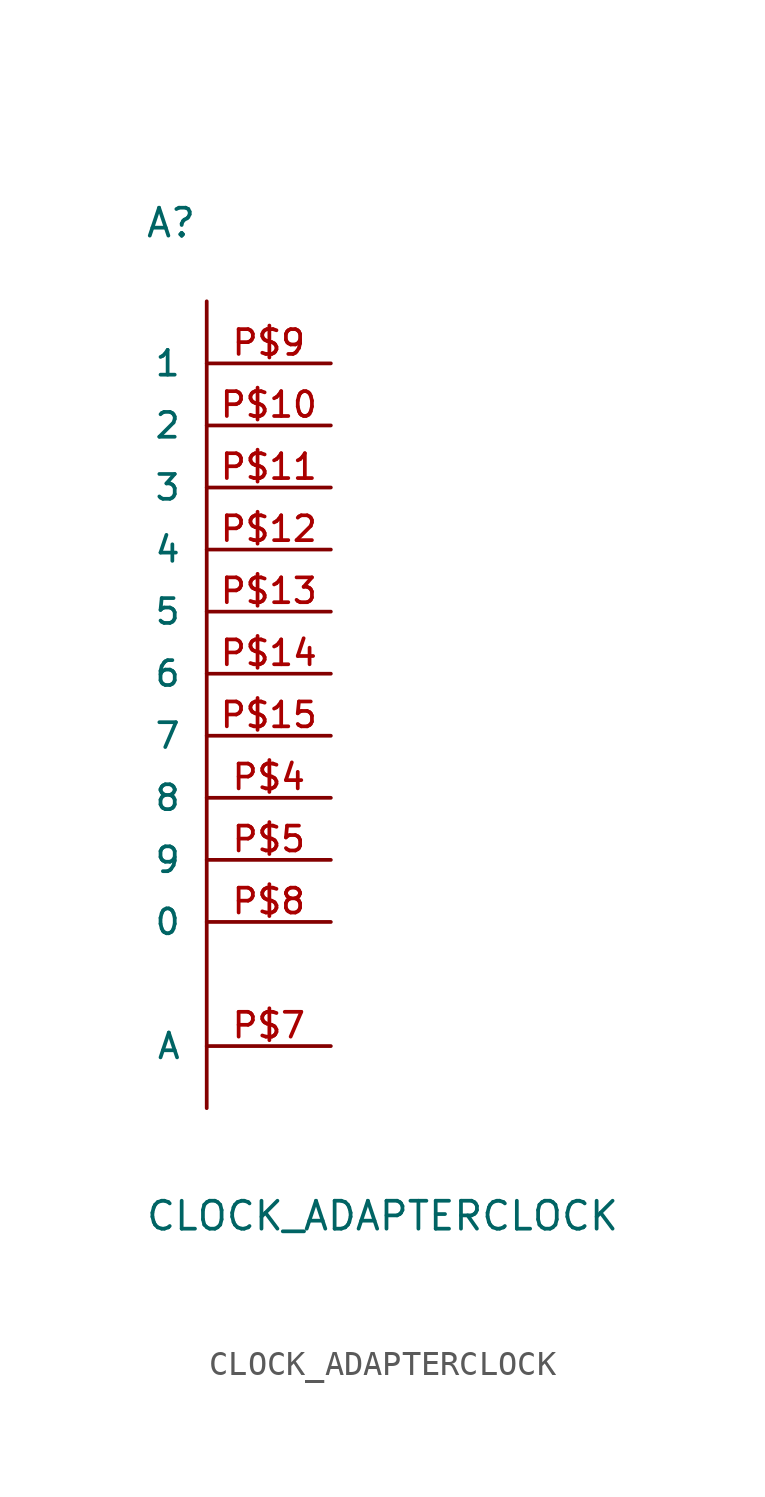
<source format=kicad_sym>
(kicad_symbol_lib
  (version 20241209)
  (generator "kicad_symbol_editor")
  (generator_version "9.0")
  (symbol "CLOCK_ADAPTERCLOCK"
    (pin_names
      (offset 1.016))
    (property "Reference" "A"
      (at -2.54 17.78 0)
      (effects (font (size 1.143 1.143)) (justify left bottom)))
    (property "Value" "CLOCK_ADAPTERCLOCK"
      (at -2.54 -22.86 0)
      (effects (font (size 1.143 1.143)) (justify left bottom)))
    (property "ki_locked" ""
      (at 0 0 0)
      (effects (font (size 1.27 1.27))))
    (symbol "CLOCK_ADAPTERCLOCK_1_0"
      (polyline (pts (xy 0 15.24) (xy 0 -17.78)) (stroke (width 0) (type solid)) (fill (type none))))
    (symbol "CLOCK_ADAPTERCLOCK_1_1"
      (pin passive line (at 5.08 12.7 180) (length 5.08) (name "1" (effects (font (size 1.016 1.016)))) (number "P$9" (effects (font (size 1.016 1.016)))))
      (pin passive line (at 5.08 10.16 180) (length 5.08) (name "2" (effects (font (size 1.016 1.016)))) (number "P$10" (effects (font (size 1.016 1.016)))))
      (pin passive line (at 5.08 7.62 180) (length 5.08) (name "3" (effects (font (size 1.016 1.016)))) (number "P$11" (effects (font (size 1.016 1.016)))))
      (pin passive line (at 5.08 5.08 180) (length 5.08) (name "4" (effects (font (size 1.016 1.016)))) (number "P$12" (effects (font (size 1.016 1.016)))))
      (pin passive line (at 5.08 2.54 180) (length 5.08) (name "5" (effects (font (size 1.016 1.016)))) (number "P$13" (effects (font (size 1.016 1.016)))))
      (pin passive line (at 5.08 0 180) (length 5.08) (name "6" (effects (font (size 1.016 1.016)))) (number "P$14" (effects (font (size 1.016 1.016)))))
      (pin passive line (at 5.08 -2.54 180) (length 5.08) (name "7" (effects (font (size 1.016 1.016)))) (number "P$15" (effects (font (size 1.016 1.016)))))
      (pin passive line (at 5.08 -5.08 180) (length 5.08) (name "8" (effects (font (size 1.016 1.016)))) (number "P$4" (effects (font (size 1.016 1.016)))))
      (pin passive line (at 5.08 -7.62 180) (length 5.08) (name "9" (effects (font (size 1.016 1.016)))) (number "P$5" (effects (font (size 1.016 1.016)))))
      (pin passive line (at 5.08 -10.16 180) (length 5.08) (name "0" (effects (font (size 1.016 1.016)))) (number "P$8" (effects (font (size 1.016 1.016)))))
      (pin passive line (at 5.08 -15.24 180) (length 5.08) (name "A" (effects (font (size 1.016 1.016)))) (number "P$7" (effects (font (size 1.016 1.016))))))))
</source>
